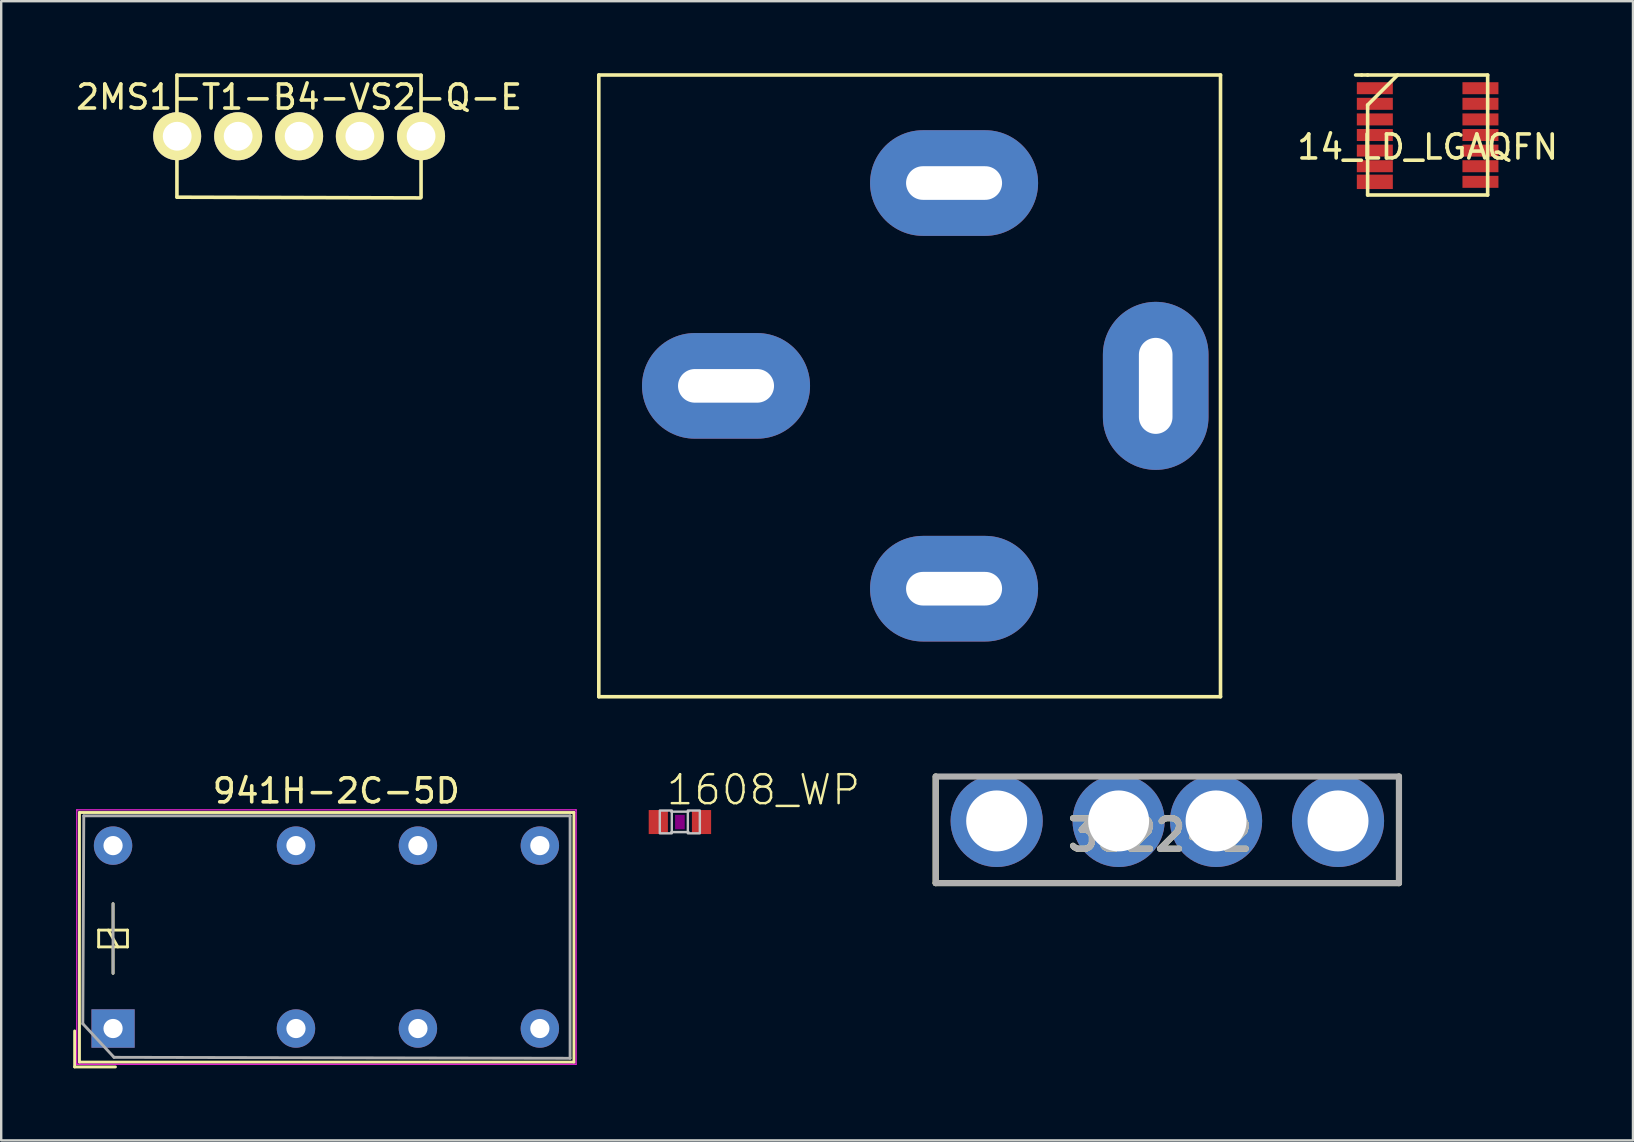
<source format=kicad_pcb>
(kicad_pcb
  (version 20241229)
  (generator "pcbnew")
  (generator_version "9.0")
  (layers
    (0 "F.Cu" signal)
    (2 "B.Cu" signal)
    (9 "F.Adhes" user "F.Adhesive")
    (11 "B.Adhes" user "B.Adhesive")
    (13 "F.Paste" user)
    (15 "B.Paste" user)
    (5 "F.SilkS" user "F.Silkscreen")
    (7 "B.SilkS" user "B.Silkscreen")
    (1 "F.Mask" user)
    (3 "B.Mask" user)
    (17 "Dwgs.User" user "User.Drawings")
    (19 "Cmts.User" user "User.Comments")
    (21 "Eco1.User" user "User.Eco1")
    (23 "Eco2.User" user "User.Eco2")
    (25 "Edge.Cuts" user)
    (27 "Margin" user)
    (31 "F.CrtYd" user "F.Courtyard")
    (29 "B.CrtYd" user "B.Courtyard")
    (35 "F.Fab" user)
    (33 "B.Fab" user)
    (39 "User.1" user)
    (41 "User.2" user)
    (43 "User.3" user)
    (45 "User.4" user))
  (footprint "941H-2C-5D"
    (layer "F.Cu")
    (at 1.66 39.798)
    (property "Reference" "941H-2C-5D" (at 9.3 -9.9 0) (layer "F.SilkS") (effects (font (size 1 1) (thickness 0.15))))
    (attr through_hole)
    (fp_line (start -1.6 1.6) (end -1.6 0.1) (stroke (width 0.12) (type solid)) (layer "F.SilkS"))
    (fp_line (start -1.4 -9) (end 19.2 -9) (stroke (width 0.12) (type solid)) (layer "F.SilkS"))
    (fp_line (start -1.4 1.4) (end -1.4 -9) (stroke (width 0.12) (type solid)) (layer "F.SilkS"))
    (fp_line (start -0.6 -4.1) (end -0.6 -3.4) (stroke (width 0.12) (type solid)) (layer "F.SilkS"))
    (fp_line (start -0.6 -3.4) (end 0.6 -3.4) (stroke (width 0.12) (type solid)) (layer "F.SilkS"))
    (fp_line (start 0 -4.1) (end 0 -5.2) (stroke (width 0.12) (type solid)) (layer "F.SilkS"))
    (fp_line (start 0 -3.4) (end 0 -2.3) (stroke (width 0.12) (type solid)) (layer "F.SilkS"))
    (fp_line (start 0.1 1.6) (end -1.6 1.6) (stroke (width 0.12) (type solid)) (layer "F.SilkS"))
    (fp_line (start 0.2 -3.4) (end -0.2 -4.1) (stroke (width 0.12) (type solid)) (layer "F.SilkS"))
    (fp_line (start 0.6 -4.1) (end -0.6 -4.1) (stroke (width 0.12) (type solid)) (layer "F.SilkS"))
    (fp_line (start 0.6 -3.4) (end 0.6 -4.1) (stroke (width 0.12) (type solid)) (layer "F.SilkS"))
    (fp_line (start 19.2 -9) (end 19.2 1.4) (stroke (width 0.12) (type solid)) (layer "F.SilkS"))
    (fp_line (start 19.2 1.4) (end -1.4 1.4) (stroke (width 0.12) (type solid)) (layer "F.SilkS"))
    (fp_line (start -1.51 -9.11) (end -1.51 1.49) (stroke (width 0.05) (type solid)) (layer "F.CrtYd"))
    (fp_line (start -1.51 -9.11) (end 19.29 -9.11) (stroke (width 0.05) (type solid)) (layer "F.CrtYd"))
    (fp_line (start 19.29 1.49) (end -1.51 1.49) (stroke (width 0.05) (type solid)) (layer "F.CrtYd"))
    (fp_line (start 19.29 1.49) (end 19.29 -9.11) (stroke (width 0.05) (type solid)) (layer "F.CrtYd"))
    (fp_line (start -1.26 -0.2) (end -1.22 -8.86) (stroke (width 0.12) (type solid)) (layer "F.Fab"))
    (fp_line (start -1.22 -8.86) (end 19.04 -8.86) (stroke (width 0.12) (type solid)) (layer "F.Fab"))
    (fp_line (start 0 -2.3) (end 0 -5.2) (stroke (width 0.12) (type solid)) (layer "F.Fab"))
    (fp_line (start 0.04 1.2) (end -1.26 -0.2) (stroke (width 0.12) (type solid)) (layer "F.Fab"))
    (fp_line (start 19.04 -8.86) (end 19.04 1.24) (stroke (width 0.12) (type solid)) (layer "F.Fab"))
    (fp_line (start 19.04 1.24) (end 0.04 1.2) (stroke (width 0.12) (type solid)) (layer "F.Fab"))
    (pad "1" thru_hole rect (at 0 0 90) (size 1.6 1.8) (drill 0.8) (layers "*.Cu" "*.Mask"))
    (pad "4" thru_hole circle (at 7.62 0 90) (size 1.6 1.6) (drill 0.8) (layers "*.Cu" "*.Mask"))
    (pad "6" thru_hole circle (at 12.7 0 90) (size 1.6 1.6) (drill 0.8) (layers "*.Cu" "*.Mask"))
    (pad "8" thru_hole circle (at 17.78 0 90) (size 1.6 1.6) (drill 0.8) (layers "*.Cu" "*.Mask"))
    (pad "9" thru_hole circle (at 17.78 -7.62 180) (size 1.6 1.6) (drill 0.8) (layers "*.Cu" "*.Mask"))
    (pad "11" thru_hole circle (at 12.7 -7.62 90) (size 1.6 1.6) (drill 0.8) (layers "*.Cu" "*.Mask"))
    (pad "13" thru_hole circle (at 7.62 -7.62 90) (size 1.6 1.6) (drill 0.8) (layers "*.Cu" "*.Mask"))
    (pad "16" thru_hole circle (at 0 -7.62 90) (size 1.6 1.6) (drill 0.8) (layers "*.Cu" "*.Mask")))
  (footprint "7-1393302-7"
    (layer "F.Cu")
    (at 36.696 13.025)
    (property "Reference" "7-1393302-7" (at 0 0 270) (layer "F.SilkS") (effects (font (size 0.001 0.001) (thickness 0.0001))))
    (attr through_hole)
    (fp_line (start -14.8 12.95) (end -14.8 -12.95) (stroke (width 0.15) (type solid)) (layer "F.SilkS"))
    (fp_line (start -14.8 12.95) (end 11.1 12.95) (stroke (width 0.15) (type solid)) (layer "F.SilkS"))
    (fp_line (start 11.1 -12.95) (end -14.8 -12.95) (stroke (width 0.15) (type solid)) (layer "F.SilkS"))
    (fp_line (start 11.1 -12.95) (end 11.1 12.95) (stroke (width 0.15) (type solid)) (layer "F.SilkS"))
    (pad "1" thru_hole oval (at 0 -8.45) (size 7 4.4) (drill oval 4 1.4) (layers "*.Cu" "*.Mask"))
    (pad "2" thru_hole oval (at 0 8.45) (size 7 4.4) (drill oval 4 1.4) (layers "*.Cu" "*.Mask"))
    (pad "7" thru_hole oval (at -9.5 0) (size 7 4.4) (drill oval 4 1.4) (layers "*.Cu" "*.Mask"))
    (pad "14" thru_hole oval (at 8.4 0 90) (size 7 4.4) (drill oval 4 1.4) (layers "*.Cu" "*.Mask")))
  (footprint "14_LD_LGAQFN"
    (layer "F.Cu")
    (at 56.425 2.575)
    (property "Reference" "14_LD_LGAQFN" (at 0 0.5 0) (layer "F.SilkS") (effects (font (size 1 1) (thickness 0.15))))
    (attr through_hole)
    (fp_line (start -2.75 -2.5) (end -3 -2.5) (stroke (width 0.15) (type solid)) (layer "F.SilkS"))
    (fp_line (start -2.5 -2.5) (end -2.75 -2.5) (stroke (width 0.15) (type solid)) (layer "F.SilkS"))
    (fp_line (start -2.5 -2.5) (end 2.5 -2.5) (stroke (width 0.15) (type solid)) (layer "F.SilkS"))
    (fp_line (start -2.5 -1.25) (end -2.5 2.5) (stroke (width 0.15) (type solid)) (layer "F.SilkS"))
    (fp_line (start -2.5 -1.25) (end -1.25 -2.5) (stroke (width 0.15) (type solid)) (layer "F.SilkS"))
    (fp_line (start 2.5 -2.5) (end 2.5 2.5) (stroke (width 0.15) (type solid)) (layer "F.SilkS"))
    (fp_line (start 2.5 2.5) (end -2.5 2.5) (stroke (width 0.15) (type solid)) (layer "F.SilkS"))
    (pad "1" smd rect (at -2.2 -1.95) (size 1.5 0.5) (layers "F.Cu" "F.Mask" "F.Paste"))
    (pad "2" smd rect (at -2.2 -1.3) (size 1.5 0.5) (layers "F.Cu" "F.Mask" "F.Paste"))
    (pad "3" smd rect (at -2.2 -0.65) (size 1.5 0.5) (layers "F.Cu" "F.Mask" "F.Paste"))
    (pad "4" smd rect (at -2.2 0) (size 1.5 0.5) (layers "F.Cu" "F.Mask" "F.Paste"))
    (pad "5" smd rect (at -2.2 0.65) (size 1.5 0.5) (layers "F.Cu" "F.Mask" "F.Paste"))
    (pad "6" smd rect (at -2.2 1.3) (size 1.5 0.5) (layers "F.Cu" "F.Mask" "F.Paste"))
    (pad "7" smd rect (at -2.2 1.95) (size 1.5 0.6) (layers "F.Cu" "F.Mask" "F.Paste"))
    (pad "8" smd rect (at 2.2 1.95) (size 1.5 0.5) (layers "F.Cu" "F.Mask" "F.Paste"))
    (pad "9" smd rect (at 2.2 1.3) (size 1.5 0.5) (layers "F.Cu" "F.Mask" "F.Paste"))
    (pad "10" smd rect (at 2.2 0.65) (size 1.5 0.5) (layers "F.Cu" "F.Mask" "F.Paste"))
    (pad "11" smd rect (at 2.2 0) (size 1.5 0.5) (layers "F.Cu" "F.Mask" "F.Paste"))
    (pad "12" smd rect (at 2.2 -0.65) (size 1.5 0.5) (layers "F.Cu" "F.Mask" "F.Paste"))
    (pad "13" smd rect (at 2.2 -1.3) (size 1.5 0.5) (layers "F.Cu" "F.Mask" "F.Paste"))
    (pad "14" smd rect (at 2.2 -1.95) (size 1.5 0.5) (layers "F.Cu" "F.Mask" "F.Paste")))
  (footprint "2MS1-T1-B4-VS2-Q-E"
    (layer "F.Cu")
    (at 9.411 2.625)
    (property "Reference" "2MS1-T1-B4-VS2-Q-E" (at 0 -1.63 0) (layer "F.SilkS") (effects (font (size 1 1) (thickness 0.15))))
    (attr through_hole)
    (fp_line (start -5.09 -2.55) (end -5.09 2.54) (stroke (width 0.15) (type solid)) (layer "F.SilkS"))
    (fp_line (start -5.08 2.54) (end 5.06 2.57) (stroke (width 0.15) (type solid)) (layer "F.SilkS"))
    (fp_line (start 5.08 -2.54) (end -5.08 -2.54) (stroke (width 0.15) (type solid)) (layer "F.SilkS"))
    (fp_line (start 5.08 2.54) (end 5.08 -2.54) (stroke (width 0.15) (type solid)) (layer "F.SilkS"))
    (pad "" thru_hole circle (at -5.08 0) (size 2 2) (drill 1.2) (layers "*.Cu" "*.Mask" "F.SilkS"))
    (pad "" thru_hole circle (at 5.08 0) (size 2 2) (drill 1.2) (layers "*.Cu" "*.Mask" "F.SilkS"))
    (pad "1" thru_hole circle (at -2.54 0) (size 2 2) (drill 1.2) (layers "*.Cu" "*.Mask" "F.SilkS"))
    (pad "2" thru_hole circle (at 0 0) (size 2 2) (drill 1.2) (layers "*.Cu" "*.Mask" "F.SilkS"))
    (pad "3" thru_hole circle (at 2.53 0) (size 2 2) (drill 1.2) (layers "*.Cu" "*.Mask" "F.SilkS")))
  (footprint "1608_WP"
    (layer "F.Cu")
    (at 25.275 31.196)
    (property "Reference" "1608_WP" (at -0.635 -0.635 0) (layer "F.SilkS") (effects (font (size 1.206 1.206) (thickness 0.102)) (justify left bottom)))
    (attr through_hole)
    (fp_poly (pts (xy -0.2 0.3) (xy 0.2 0.3) (xy 0.2 -0.3) (xy -0.2 -0.3)) (stroke (width 0) (type solid)) (fill yes) (layer "F.Adhes"))
    (fp_line (start -0.356 -0.432) (end 0.356 -0.432) (stroke (width 0.102) (type solid)) (layer "Dwgs.User"))
    (fp_line (start -0.356 0.419) (end 0.356 0.419) (stroke (width 0.102) (type solid)) (layer "Dwgs.User"))
    (fp_poly (pts (xy -0.838 0.47) (xy -0.338 0.47) (xy -0.338 -0.48) (xy -0.838 -0.48)) (stroke (width 0.1) (type solid)) (fill no) (layer "Dwgs.User"))
    (fp_poly (pts (xy 0.33 0.47) (xy 0.83 0.47) (xy 0.83 -0.48) (xy 0.33 -0.48)) (stroke (width 0.1) (type solid)) (fill no) (layer "Dwgs.User"))
    (pad "1" smd rect (at -0.9 0) (size 0.8 1) (layers "F.Cu" "F.Mask" "F.Paste"))
    (pad "2" smd rect (at 0.9 0) (size 0.8 1) (layers "F.Cu" "F.Mask" "F.Paste")))
  (footprint "3522-2"
    (layer "F.Cu")
    (at 45.581 29.3)
    (property "Reference" "3522-2" (at -0.3 2.432 0) (layer "F.SilkS") (effects (font (size 1.27 1.27) (thickness 0.254))))
    (attr through_hole)
    (fp_line (start -9.65 0) (end -9.65 4.44) (stroke (width 0.254) (type solid)) (layer "F.SilkS"))
    (fp_line (start -9.65 4.44) (end 9.65 4.44) (stroke (width 0.254) (type solid)) (layer "F.SilkS"))
    (fp_line (start 9.65 4.44) (end 9.65 0) (stroke (width 0.254) (type solid)) (layer "F.SilkS"))
    (fp_line (start -9.65 0) (end 9.65 0) (stroke (width 0.254) (type solid)) (layer "F.Fab"))
    (fp_line (start -9.65 4.44) (end -9.65 0) (stroke (width 0.254) (type solid)) (layer "F.Fab"))
    (fp_line (start 9.65 0) (end 9.65 4.44) (stroke (width 0.254) (type solid)) (layer "F.Fab"))
    (fp_line (start 9.65 4.44) (end -9.65 4.44) (stroke (width 0.254) (type solid)) (layer "F.Fab"))
    (fp_text user "${REFERENCE}" (at -0.3 2.432 0) (layer "F.Fab") (effects (font (size 1.27 1.27) (thickness 0.254))))
    (pad "1" thru_hole circle (at -7.11 1.85) (size 3.84 3.84) (drill 2.54) (layers "*.Cu" "*.Mask"))
    (pad "2" thru_hole circle (at -2.03 1.85) (size 3.84 3.84) (drill 2.54) (layers "*.Cu" "*.Mask"))
    (pad "3" thru_hole circle (at 2.03 1.85) (size 3.84 3.84) (drill 2.54) (layers "*.Cu" "*.Mask"))
    (pad "4" thru_hole circle (at 7.11 1.85) (size 3.84 3.84) (drill 2.54) (layers "*.Cu" "*.Mask")))
  (gr_rect
    (start -3 -3)
    (end 64.979 44.458)
    (stroke (width 0.1) (type default))
    (fill no)
    (layer "Edge.Cuts")))
</source>
